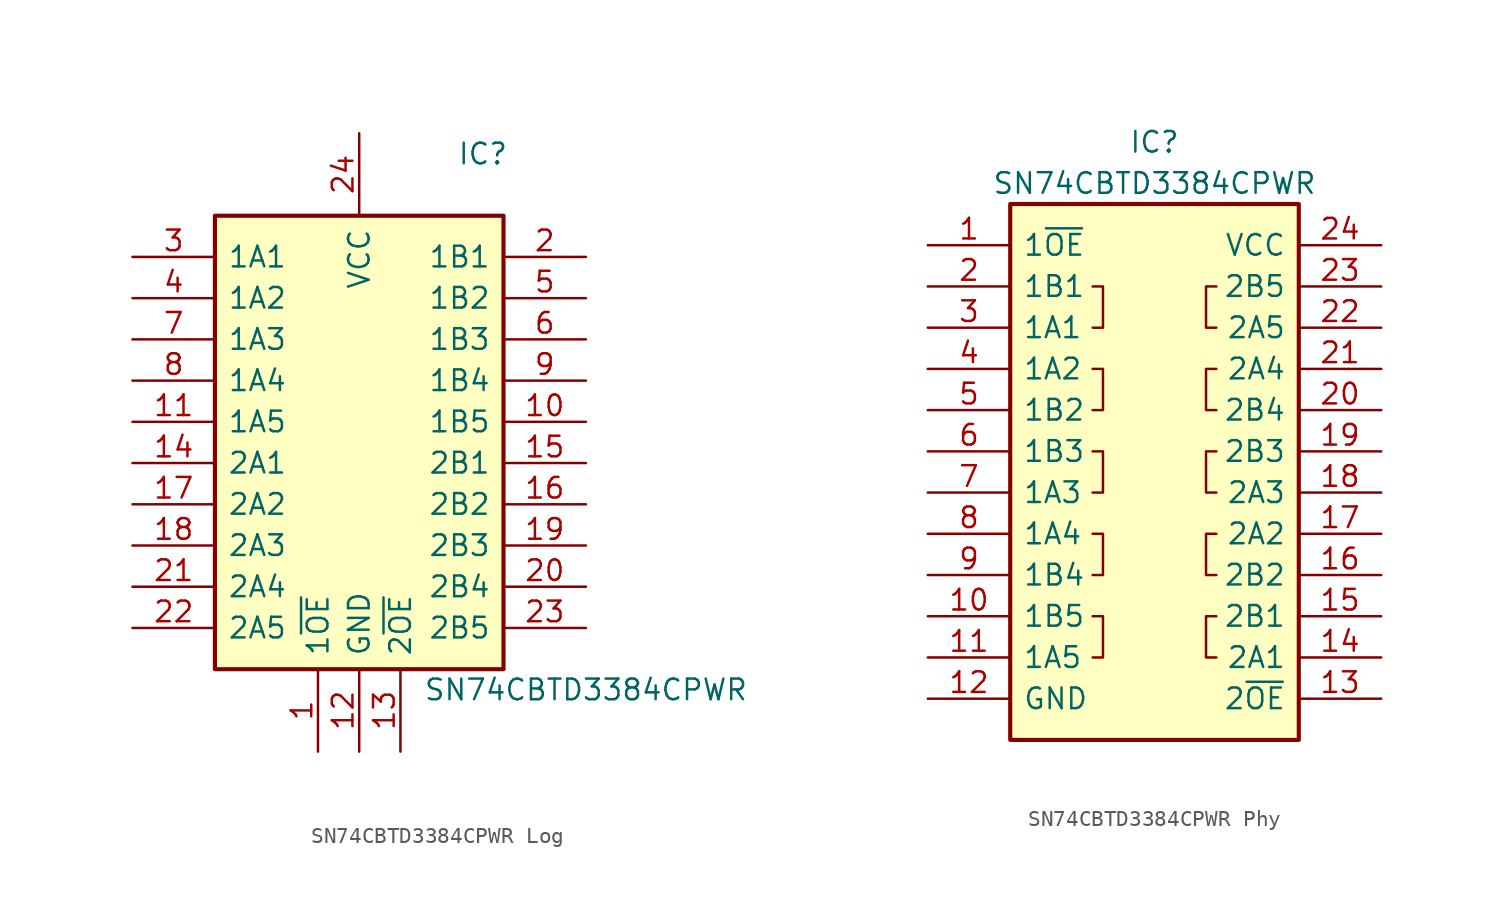
<source format=kicad_sym>
(kicad_symbol_lib
  (version 20220914)
  (generator kicad_symbol_editor)
  (symbol "SN74CBTD3384CPWR Log"
    (pin_names
      (offset 0.762))
    (property "Reference" "IC"
      (at 7.62 17.78 0)
      (effects (font (size 1.27 1.27))))
    (property "Value" "SN74CBTD3384CPWR"
      (at 13.97 -15.24 0)
      (effects (font (size 1.27 1.27))))
    (symbol "SN74CBTD3384CPWR Log_0_0"
      (pin passive line (at 13.97 1.27 180) (length 5.08) (name "1B5" (effects (font (size 1.27 1.27)))) (number "10" (effects (font (size 1.27 1.27)))))
      (pin passive line (at -13.97 1.27 0) (length 5.08) (name "1A5" (effects (font (size 1.27 1.27)))) (number "11" (effects (font (size 1.27 1.27)))))
      (pin passive line (at -13.97 -1.27 0) (length 5.08) (name "2A1" (effects (font (size 1.27 1.27)))) (number "14" (effects (font (size 1.27 1.27)))))
      (pin passive line (at 13.97 -1.27 180) (length 5.08) (name "2B1" (effects (font (size 1.27 1.27)))) (number "15" (effects (font (size 1.27 1.27)))))
      (pin passive line (at 13.97 -3.81 180) (length 5.08) (name "2B2" (effects (font (size 1.27 1.27)))) (number "16" (effects (font (size 1.27 1.27)))))
      (pin passive line (at -13.97 -3.81 0) (length 5.08) (name "2A2" (effects (font (size 1.27 1.27)))) (number "17" (effects (font (size 1.27 1.27)))))
      (pin passive line (at -13.97 -6.35 0) (length 5.08) (name "2A3" (effects (font (size 1.27 1.27)))) (number "18" (effects (font (size 1.27 1.27)))))
      (pin passive line (at 13.97 -6.35 180) (length 5.08) (name "2B3" (effects (font (size 1.27 1.27)))) (number "19" (effects (font (size 1.27 1.27)))))
      (pin passive line (at 13.97 11.43 180) (length 5.08) (name "1B1" (effects (font (size 1.27 1.27)))) (number "2" (effects (font (size 1.27 1.27)))))
      (pin passive line (at 13.97 -8.89 180) (length 5.08) (name "2B4" (effects (font (size 1.27 1.27)))) (number "20" (effects (font (size 1.27 1.27)))))
      (pin passive line (at -13.97 -8.89 0) (length 5.08) (name "2A4" (effects (font (size 1.27 1.27)))) (number "21" (effects (font (size 1.27 1.27)))))
      (pin passive line (at -13.97 -11.43 0) (length 5.08) (name "2A5" (effects (font (size 1.27 1.27)))) (number "22" (effects (font (size 1.27 1.27)))))
      (pin passive line (at 13.97 -11.43 180) (length 5.08) (name "2B5" (effects (font (size 1.27 1.27)))) (number "23" (effects (font (size 1.27 1.27)))))
      (pin passive line (at -13.97 11.43 0) (length 5.08) (name "1A1" (effects (font (size 1.27 1.27)))) (number "3" (effects (font (size 1.27 1.27)))))
      (pin passive line (at -13.97 8.89 0) (length 5.08) (name "1A2" (effects (font (size 1.27 1.27)))) (number "4" (effects (font (size 1.27 1.27)))))
      (pin passive line (at 13.97 8.89 180) (length 5.08) (name "1B2" (effects (font (size 1.27 1.27)))) (number "5" (effects (font (size 1.27 1.27)))))
      (pin passive line (at 13.97 6.35 180) (length 5.08) (name "1B3" (effects (font (size 1.27 1.27)))) (number "6" (effects (font (size 1.27 1.27)))))
      (pin passive line (at -13.97 6.35 0) (length 5.08) (name "1A3" (effects (font (size 1.27 1.27)))) (number "7" (effects (font (size 1.27 1.27)))))
      (pin passive line (at -13.97 3.81 0) (length 5.08) (name "1A4" (effects (font (size 1.27 1.27)))) (number "8" (effects (font (size 1.27 1.27)))))
      (pin passive line (at 13.97 3.81 180) (length 5.08) (name "1B4" (effects (font (size 1.27 1.27)))) (number "9" (effects (font (size 1.27 1.27))))))
    (symbol "SN74CBTD3384CPWR Log_1_0"
      (pin input line (at -2.54 -19.05 90) (length 5.08) (name "1~{OE}" (effects (font (size 1.27 1.27)))) (number "1" (effects (font (size 1.27 1.27)))))
      (pin power_in line (at 0 -19.05 90) (length 5.08) (name "GND" (effects (font (size 1.27 1.27)))) (number "12" (effects (font (size 1.27 1.27)))))
      (pin input line (at 2.54 -19.05 90) (length 5.08) (name "2~{OE}" (effects (font (size 1.27 1.27)))) (number "13" (effects (font (size 1.27 1.27)))))
      (pin power_in line (at 0 19.05 270) (length 5.08) (name "VCC" (effects (font (size 1.27 1.27)))) (number "24" (effects (font (size 1.27 1.27))))))
    (symbol "SN74CBTD3384CPWR Log_1_1"
      (polyline (pts (xy -8.89 13.97) (xy 8.89 13.97) (xy 8.89 -13.97) (xy -8.89 -13.97) (xy -8.89 13.97)) (stroke (width 0.254) (type solid)) (fill (type background)))))
  (symbol "SN74CBTD3384CPWR Phy"
    (pin_names
      (offset 0.762))
    (property "Reference" "IC"
      (at 13.97 6.35 0)
      (effects (font (size 1.27 1.27))))
    (property "Value" "SN74CBTD3384CPWR"
      (at 13.97 3.81 0)
      (effects (font (size 1.27 1.27))))
    (symbol "SN74CBTD3384CPWR Phy_0_0"
      (pin passive line (at 0 0 0) (length 5.08) (name "1~{OE}" (effects (font (size 1.27 1.27)))) (number "1" (effects (font (size 1.27 1.27)))))
      (pin passive line (at 0 -22.86 0) (length 5.08) (name "1B5" (effects (font (size 1.27 1.27)))) (number "10" (effects (font (size 1.27 1.27)))))
      (pin passive line (at 0 -25.4 0) (length 5.08) (name "1A5" (effects (font (size 1.27 1.27)))) (number "11" (effects (font (size 1.27 1.27)))))
      (pin passive line (at 0 -27.94 0) (length 5.08) (name "GND" (effects (font (size 1.27 1.27)))) (number "12" (effects (font (size 1.27 1.27)))))
      (pin passive line (at 27.94 -27.94 180) (length 5.08) (name "2~{OE}" (effects (font (size 1.27 1.27)))) (number "13" (effects (font (size 1.27 1.27)))))
      (pin passive line (at 27.94 -25.4 180) (length 5.08) (name "2A1" (effects (font (size 1.27 1.27)))) (number "14" (effects (font (size 1.27 1.27)))))
      (pin passive line (at 27.94 -22.86 180) (length 5.08) (name "2B1" (effects (font (size 1.27 1.27)))) (number "15" (effects (font (size 1.27 1.27)))))
      (pin passive line (at 27.94 -20.32 180) (length 5.08) (name "2B2" (effects (font (size 1.27 1.27)))) (number "16" (effects (font (size 1.27 1.27)))))
      (pin passive line (at 27.94 -17.78 180) (length 5.08) (name "2A2" (effects (font (size 1.27 1.27)))) (number "17" (effects (font (size 1.27 1.27)))))
      (pin passive line (at 27.94 -15.24 180) (length 5.08) (name "2A3" (effects (font (size 1.27 1.27)))) (number "18" (effects (font (size 1.27 1.27)))))
      (pin passive line (at 27.94 -12.7 180) (length 5.08) (name "2B3" (effects (font (size 1.27 1.27)))) (number "19" (effects (font (size 1.27 1.27)))))
      (pin passive line (at 0 -2.54 0) (length 5.08) (name "1B1" (effects (font (size 1.27 1.27)))) (number "2" (effects (font (size 1.27 1.27)))))
      (pin passive line (at 27.94 -10.16 180) (length 5.08) (name "2B4" (effects (font (size 1.27 1.27)))) (number "20" (effects (font (size 1.27 1.27)))))
      (pin passive line (at 27.94 -7.62 180) (length 5.08) (name "2A4" (effects (font (size 1.27 1.27)))) (number "21" (effects (font (size 1.27 1.27)))))
      (pin passive line (at 27.94 -5.08 180) (length 5.08) (name "2A5" (effects (font (size 1.27 1.27)))) (number "22" (effects (font (size 1.27 1.27)))))
      (pin passive line (at 27.94 -2.54 180) (length 5.08) (name "2B5" (effects (font (size 1.27 1.27)))) (number "23" (effects (font (size 1.27 1.27)))))
      (pin passive line (at 27.94 0 180) (length 5.08) (name "VCC" (effects (font (size 1.27 1.27)))) (number "24" (effects (font (size 1.27 1.27)))))
      (pin passive line (at 0 -5.08 0) (length 5.08) (name "1A1" (effects (font (size 1.27 1.27)))) (number "3" (effects (font (size 1.27 1.27)))))
      (pin passive line (at 0 -7.62 0) (length 5.08) (name "1A2" (effects (font (size 1.27 1.27)))) (number "4" (effects (font (size 1.27 1.27)))))
      (pin passive line (at 0 -10.16 0) (length 5.08) (name "1B2" (effects (font (size 1.27 1.27)))) (number "5" (effects (font (size 1.27 1.27)))))
      (pin passive line (at 0 -12.7 0) (length 5.08) (name "1B3" (effects (font (size 1.27 1.27)))) (number "6" (effects (font (size 1.27 1.27)))))
      (pin passive line (at 0 -15.24 0) (length 5.08) (name "1A3" (effects (font (size 1.27 1.27)))) (number "7" (effects (font (size 1.27 1.27)))))
      (pin passive line (at 0 -17.78 0) (length 5.08) (name "1A4" (effects (font (size 1.27 1.27)))) (number "8" (effects (font (size 1.27 1.27)))))
      (pin passive line (at 0 -20.32 0) (length 5.08) (name "1B4" (effects (font (size 1.27 1.27)))) (number "9" (effects (font (size 1.27 1.27))))))
    (symbol "SN74CBTD3384CPWR Phy_0_1"
      (polyline (pts (xy 10.16 -25.4) (xy 10.795 -25.4) (xy 10.795 -22.86) (xy 10.16 -22.86)) (stroke (width 0) (type default)) (fill (type none)))
      (polyline (pts (xy 10.16 -20.32) (xy 10.795 -20.32) (xy 10.795 -17.78) (xy 10.16 -17.78)) (stroke (width 0) (type default)) (fill (type none)))
      (polyline (pts (xy 10.16 -15.24) (xy 10.795 -15.24) (xy 10.795 -12.7) (xy 10.16 -12.7)) (stroke (width 0) (type default)) (fill (type none)))
      (polyline (pts (xy 10.16 -10.16) (xy 10.795 -10.16) (xy 10.795 -7.62) (xy 10.16 -7.62)) (stroke (width 0) (type default)) (fill (type none)))
      (polyline (pts (xy 10.16 -5.08) (xy 10.795 -5.08) (xy 10.795 -2.54) (xy 10.16 -2.54)) (stroke (width 0) (type default)) (fill (type none)))
      (polyline (pts (xy 17.78 -25.4) (xy 17.145 -25.4) (xy 17.145 -22.86) (xy 17.78 -22.86)) (stroke (width 0) (type default)) (fill (type none)))
      (polyline (pts (xy 17.78 -20.32) (xy 17.145 -20.32) (xy 17.145 -17.78) (xy 17.78 -17.78)) (stroke (width 0) (type default)) (fill (type none)))
      (polyline (pts (xy 17.78 -15.24) (xy 17.145 -15.24) (xy 17.145 -12.7) (xy 17.78 -12.7)) (stroke (width 0) (type default)) (fill (type none)))
      (polyline (pts (xy 17.78 -10.16) (xy 17.145 -10.16) (xy 17.145 -7.62) (xy 17.78 -7.62)) (stroke (width 0) (type default)) (fill (type none)))
      (polyline (pts (xy 17.78 -5.08) (xy 17.145 -5.08) (xy 17.145 -2.54) (xy 17.78 -2.54)) (stroke (width 0) (type default)) (fill (type none))))
    (symbol "SN74CBTD3384CPWR Phy_1_1"
      (polyline (pts (xy 5.08 2.54) (xy 22.86 2.54) (xy 22.86 -30.48) (xy 5.08 -30.48) (xy 5.08 2.54)) (stroke (width 0.254) (type solid)) (fill (type background))))))
</source>
